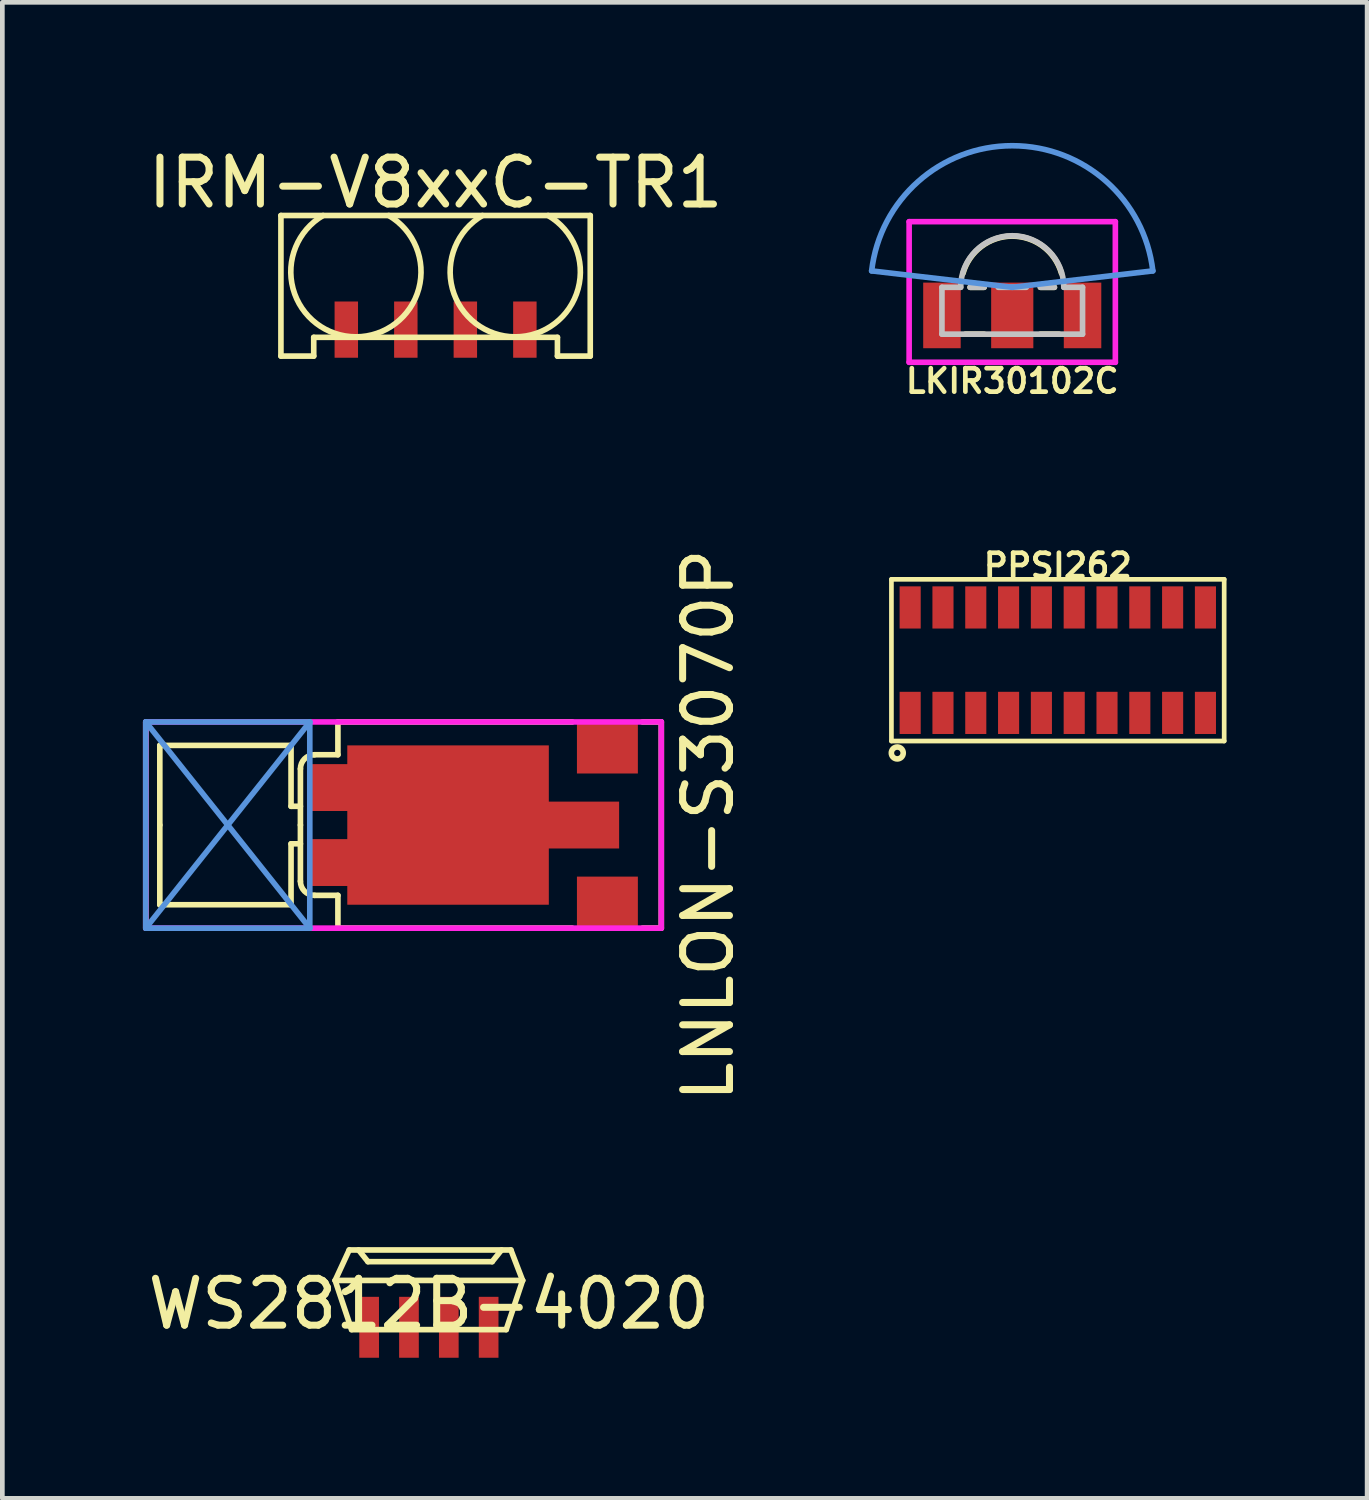
<source format=kicad_pcb>
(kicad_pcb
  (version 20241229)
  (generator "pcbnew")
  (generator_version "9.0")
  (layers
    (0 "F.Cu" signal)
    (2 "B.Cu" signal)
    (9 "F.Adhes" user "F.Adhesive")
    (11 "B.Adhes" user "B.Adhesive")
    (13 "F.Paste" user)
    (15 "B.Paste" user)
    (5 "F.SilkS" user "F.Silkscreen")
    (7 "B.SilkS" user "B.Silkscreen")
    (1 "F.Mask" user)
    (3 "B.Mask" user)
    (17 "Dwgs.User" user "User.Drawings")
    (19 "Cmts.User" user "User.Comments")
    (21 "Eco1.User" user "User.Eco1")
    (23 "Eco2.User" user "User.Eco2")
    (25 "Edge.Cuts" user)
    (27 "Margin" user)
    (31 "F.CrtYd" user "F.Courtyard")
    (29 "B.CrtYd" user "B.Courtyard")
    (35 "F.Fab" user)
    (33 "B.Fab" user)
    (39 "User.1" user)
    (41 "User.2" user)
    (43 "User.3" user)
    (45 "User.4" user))
  (footprint "PPSI262"
    (layer "F.Cu")
    (at 19.52 11.036)
    (property "Reference" "PPSI262" (at 0 -2.019 180) (layer "F.SilkS") (effects (font (size 0.5 0.5) (thickness 0.1))))
    (attr smd)
    (fp_line (start -3.55 -1.725) (end -3.55 1.725) (stroke (width 0.1) (type solid)) (layer "F.SilkS"))
    (fp_line (start -3.55 -1.725) (end 3.55 -1.725) (stroke (width 0.1) (type solid)) (layer "F.SilkS"))
    (fp_line (start -3.55 1.725) (end 3.55 1.725) (stroke (width 0.1) (type solid)) (layer "F.SilkS"))
    (fp_line (start 3.55 -1.725) (end 3.55 1.725) (stroke (width 0.1) (type solid)) (layer "F.SilkS"))
    (fp_circle (center -3.425 1.98) (end -3.298 1.98) (stroke (width 0.12) (type solid)) (fill no) (layer "F.SilkS"))
    (fp_line (start -0.762 0) (end 0.762 0) (stroke (width 0.12) (type solid)) (layer "Eco1.User"))
    (fp_line (start 0 0.762) (end 0 -0.762) (stroke (width 0.12) (type solid)) (layer "Eco1.User"))
    (pad "1" smd rect (at -3.15 1.125) (size 0.45 0.9) (layers "F.Cu" "F.Mask" "F.Paste"))
    (pad "2" smd rect (at -2.45 1.125) (size 0.45 0.9) (layers "F.Cu" "F.Mask" "F.Paste"))
    (pad "3" smd rect (at -1.75 1.125) (size 0.45 0.9) (layers "F.Cu" "F.Mask" "F.Paste"))
    (pad "4" smd rect (at -1.05 1.125) (size 0.45 0.9) (layers "F.Cu" "F.Mask" "F.Paste"))
    (pad "5" smd rect (at -0.35 1.125) (size 0.45 0.9) (layers "F.Cu" "F.Mask" "F.Paste"))
    (pad "6" smd rect (at 0.35 1.125) (size 0.45 0.9) (layers "F.Cu" "F.Mask" "F.Paste"))
    (pad "7" smd rect (at 1.05 1.125) (size 0.45 0.9) (layers "F.Cu" "F.Mask" "F.Paste"))
    (pad "8" smd rect (at 1.75 1.125) (size 0.45 0.9) (layers "F.Cu" "F.Mask" "F.Paste"))
    (pad "9" smd rect (at 2.45 1.125) (size 0.45 0.9) (layers "F.Cu" "F.Mask" "F.Paste"))
    (pad "10" smd rect (at 3.15 1.125) (size 0.45 0.9) (layers "F.Cu" "F.Mask" "F.Paste"))
    (pad "11" smd rect (at 3.15 -1.125 180) (size 0.45 0.9) (layers "F.Cu" "F.Mask" "F.Paste"))
    (pad "12" smd rect (at 2.45 -1.125 180) (size 0.45 0.9) (layers "F.Cu" "F.Mask" "F.Paste"))
    (pad "13" smd rect (at 1.75 -1.125 180) (size 0.45 0.9) (layers "F.Cu" "F.Mask" "F.Paste"))
    (pad "14" smd rect (at 1.05 -1.125 180) (size 0.45 0.9) (layers "F.Cu" "F.Mask" "F.Paste"))
    (pad "15" smd rect (at 0.35 -1.125 180) (size 0.45 0.9) (layers "F.Cu" "F.Mask" "F.Paste"))
    (pad "16" smd rect (at -0.35 -1.125 180) (size 0.45 0.9) (layers "F.Cu" "F.Mask" "F.Paste"))
    (pad "17" smd rect (at -1.05 -1.125 180) (size 0.45 0.9) (layers "F.Cu" "F.Mask" "F.Paste"))
    (pad "18" smd rect (at -1.75 -1.125 180) (size 0.45 0.9) (layers "F.Cu" "F.Mask" "F.Paste"))
    (pad "19" smd rect (at -2.45 -1.125 180) (size 0.45 0.9) (layers "F.Cu" "F.Mask" "F.Paste"))
    (pad "20" smd rect (at -3.15 -1.125 180) (size 0.45 0.9) (layers "F.Cu" "F.Mask" "F.Paste")))
  (footprint "LKIR30102C"
    (layer "F.Cu")
    (at 18.548 3.28)
    (property "Reference" "LKIR30102C" (at 0 1.8 180) (layer "F.SilkS") (effects (font (size 0.5 0.5) (thickness 0.1))))
    (attr through_hole)
    (fp_line (start -0.9 -0.2) (end -0.6 -0.2) (stroke (width 0.12) (type solid)) (layer "F.SilkS"))
    (fp_line (start -0.6 0.8) (end -1 0.8) (stroke (width 0.12) (type solid)) (layer "F.SilkS"))
    (fp_line (start 0.6 -0.2) (end 0.9 -0.2) (stroke (width 0.12) (type solid)) (layer "F.SilkS"))
    (fp_line (start 1 0.8) (end 0.6 0.8) (stroke (width 0.12) (type solid)) (layer "F.SilkS"))
    (fp_arc (start -1.05 -0.5) (mid 0 -1.292016) (end 1.05 -0.5) (stroke (width 0.12) (type solid)) (layer "F.SilkS"))
    (fp_line (start -1.5 -0.2) (end -1.1 -0.2) (stroke (width 0.12) (type solid)) (layer "Dwgs.User"))
    (fp_line (start -1.5 0.8) (end -1.5 -0.2) (stroke (width 0.12) (type solid)) (layer "Dwgs.User"))
    (fp_line (start -0.9 -0.2) (end -0.6 -0.2) (stroke (width 0.12) (type solid)) (layer "Dwgs.User"))
    (fp_line (start -0.3 -0.2) (end 0.3 -0.2) (stroke (width 0.12) (type solid)) (layer "Dwgs.User"))
    (fp_line (start 0.6 -0.2) (end 0.9 -0.2) (stroke (width 0.12) (type solid)) (layer "Dwgs.User"))
    (fp_line (start 1.5 -0.2) (end 1.1 -0.2) (stroke (width 0.12) (type solid)) (layer "Dwgs.User"))
    (fp_line (start 1.5 0.8) (end -1.5 0.8) (stroke (width 0.12) (type solid)) (layer "Dwgs.User"))
    (fp_line (start 1.5 0.8) (end 1.5 -0.2) (stroke (width 0.12) (type solid)) (layer "Dwgs.User"))
    (fp_arc (start -1.1 -0.2) (mid 0 -1.3) (end 1.1 -0.2) (stroke (width 0.12) (type solid)) (layer "Dwgs.User"))
    (fp_line (start 0 -0.2) (end -3 -0.55) (stroke (width 0.12) (type solid)) (layer "Cmts.User"))
    (fp_line (start 0 -0.2) (end 3 -0.55) (stroke (width 0.12) (type solid)) (layer "Cmts.User"))
    (fp_arc (start -2.999999 -0.550001) (mid 0.000001 -3.220347) (end 2.999999 -0.549999) (stroke (width 0.12) (type solid)) (layer "Cmts.User"))
    (fp_line (start -2.2 -1.6) (end -2.2 1.4) (stroke (width 0.12) (type solid)) (layer "F.CrtYd"))
    (fp_line (start -2.2 1.4) (end 2.2 1.4) (stroke (width 0.12) (type solid)) (layer "F.CrtYd"))
    (fp_line (start 2.2 -1.6) (end -2.2 -1.6) (stroke (width 0.12) (type solid)) (layer "F.CrtYd"))
    (fp_line (start 2.2 1.4) (end 2.2 -1.6) (stroke (width 0.12) (type solid)) (layer "F.CrtYd"))
    (pad "1" smd rect (at 1.5 0.4) (size 0.8 1.4) (layers "F.Cu" "F.Mask" "F.Paste"))
    (pad "2" smd rect (at -1.5 0.4) (size 0.8 1.4) (layers "F.Cu" "F.Mask" "F.Paste"))
    (pad "NC" smd rect (at 0 0.4) (size 0.9 1.4) (layers "F.Cu" "F.Mask" "F.Paste")))
  (footprint "LNLON-S3070P"
    (layer "F.Cu")
    (at 8.66 14.554)
    (property "Reference" "LNLON-S3070P" (at 3.4 0 90) (layer "F.SilkS") (effects (font (size 1 1) (thickness 0.15))))
    (attr through_hole)
    (fp_poly (pts (xy 0 -0.5) (xy 1.5 -0.5) (xy 1.5 0.5) (xy 0 0.5) (xy 0 1.7) (xy -4.3 1.7) (xy -4.3 1.3) (xy -5.1 1.3) (xy -5.1 0.3) (xy -4.3 0.3) (xy -4.3 -0.3) (xy -5.1 -0.3) (xy -5.1 -1.3) (xy -4.3 -1.3) (xy -4.3 -1.7) (xy 0 -1.7)) (stroke (width 0) (type solid)) (fill yes) (layer "F.Cu"))
    (fp_poly (pts (xy 0 -0.5) (xy 1.5 -0.5) (xy 1.5 0.5) (xy 0 0.5) (xy 0 1.7) (xy -4.3 1.7) (xy -4.3 1.3) (xy -5.1 1.3) (xy -5.1 0.3) (xy -4.3 0.3) (xy -4.3 -0.3) (xy -5.1 -0.3) (xy -5.1 -1.3) (xy -4.3 -1.3) (xy -4.3 -1.7) (xy 0 -1.7)) (stroke (width 0) (type solid)) (fill yes) (layer "F.Mask"))
    (fp_line (start -8.6 -2.2) (end -8.6 2.2) (stroke (width 0.12) (type solid)) (layer "F.SilkS"))
    (fp_line (start -8.3 -1.7) (end -8.3 0) (stroke (width 0.12) (type solid)) (layer "F.SilkS"))
    (fp_line (start -8.3 1.7) (end -8.3 0) (stroke (width 0.12) (type solid)) (layer "F.SilkS"))
    (fp_line (start -5.5 -1.7) (end -8.3 -1.7) (stroke (width 0.12) (type solid)) (layer "F.SilkS"))
    (fp_line (start -5.5 -1.7) (end -5.5 -0.4) (stroke (width 0.12) (type solid)) (layer "F.SilkS"))
    (fp_line (start -5.5 0.4) (end -5.3 0.4) (stroke (width 0.12) (type solid)) (layer "F.SilkS"))
    (fp_line (start -5.5 1.7) (end -8.3 1.7) (stroke (width 0.12) (type solid)) (layer "F.SilkS"))
    (fp_line (start -5.5 1.7) (end -5.5 0.4) (stroke (width 0.12) (type solid)) (layer "F.SilkS"))
    (fp_line (start -5.3 -1.2) (end -5.3 0) (stroke (width 0.12) (type solid)) (layer "F.SilkS"))
    (fp_line (start -5.3 -0.4) (end -5.5 -0.4) (stroke (width 0.12) (type solid)) (layer "F.SilkS"))
    (fp_line (start -5.3 1.2) (end -5.3 0) (stroke (width 0.12) (type solid)) (layer "F.SilkS"))
    (fp_line (start -5 -1.5) (end -4.5 -1.5) (stroke (width 0.12) (type solid)) (layer "F.SilkS"))
    (fp_line (start -5 1.5) (end -4.5 1.5) (stroke (width 0.12) (type solid)) (layer "F.SilkS"))
    (fp_line (start -4.5 -2.2) (end 0.5 -2.2) (stroke (width 0.12) (type solid)) (layer "F.SilkS"))
    (fp_line (start -4.5 -1.5) (end -4.5 -2.2) (stroke (width 0.12) (type solid)) (layer "F.SilkS"))
    (fp_line (start -4.5 1.5) (end -4.5 2.2) (stroke (width 0.12) (type solid)) (layer "F.SilkS"))
    (fp_line (start 0.5 2.2) (end -4.5 2.2) (stroke (width 0.12) (type solid)) (layer "F.SilkS"))
    (fp_line (start 2 -2.2) (end 2.4 -2.2) (stroke (width 0.12) (type solid)) (layer "F.SilkS"))
    (fp_line (start 2.4 2.2) (end 2 2.2) (stroke (width 0.12) (type solid)) (layer "F.SilkS"))
    (fp_line (start 2.4 2.2) (end 2.4 -2.2) (stroke (width 0.12) (type solid)) (layer "F.SilkS"))
    (fp_arc (start -5.3 -1.2) (mid -5.212132 -1.412132) (end -5 -1.5) (stroke (width 0.12) (type solid)) (layer "F.SilkS"))
    (fp_arc (start -5 1.5) (mid -5.212132 1.412132) (end -5.3 1.2) (stroke (width 0.12) (type solid)) (layer "F.SilkS"))
    (fp_poly (pts (xy 0 -0.5) (xy 1.5 -0.5) (xy 1.5 0.5) (xy 0 0.5) (xy 0 1.7) (xy -4.3 1.7) (xy -4.3 1.3) (xy -5.1 1.3) (xy -5.1 0.3) (xy -4.3 0.3) (xy -4.3 -0.3) (xy -5.1 -0.3) (xy -5.1 -1.3) (xy -4.3 -1.3) (xy -4.3 -1.7) (xy 0 -1.7)) (stroke (width 0) (type solid)) (fill yes) (layer "F.Paste"))
    (fp_line (start -8.6 -2.2) (end -5.1 -2.2) (stroke (width 0.12) (type solid)) (layer "Cmts.User"))
    (fp_line (start -8.6 -2.2) (end -5.1 2.2) (stroke (width 0.12) (type solid)) (layer "Cmts.User"))
    (fp_line (start -8.6 2.2) (end -8.6 -2.2) (stroke (width 0.12) (type solid)) (layer "Cmts.User"))
    (fp_line (start -5.1 -2.2) (end -8.6 2.2) (stroke (width 0.12) (type solid)) (layer "Cmts.User"))
    (fp_line (start -5.1 -2.2) (end -5.1 2.2) (stroke (width 0.12) (type solid)) (layer "Cmts.User"))
    (fp_line (start -5.1 2.2) (end -8.6 2.2) (stroke (width 0.12) (type solid)) (layer "Cmts.User"))
    (fp_line (start -8.6 -2.2) (end -8.6 2.2) (stroke (width 0.12) (type solid)) (layer "F.CrtYd"))
    (fp_line (start -8.6 -2.2) (end 2.4 -2.2) (stroke (width 0.12) (type solid)) (layer "F.CrtYd"))
    (fp_line (start 2.4 2.2) (end -8.6 2.2) (stroke (width 0.12) (type solid)) (layer "F.CrtYd"))
    (fp_line (start 2.4 2.2) (end 2.4 -2.2) (stroke (width 0.12) (type solid)) (layer "F.CrtYd"))
    (pad "1" smd rect (at 1.25 -1.65) (size 1.3 1.1) (layers "F.Cu" "F.Mask" "F.Paste"))
    (pad "2" smd rect (at 1.25 1.65) (size 1.3 1.1) (layers "F.Cu" "F.Mask" "F.Paste")))
  (footprint "WS2812B-4020"
    (layer "F.Cu")
    (at 6.101 24.27)
    (property "Reference" "WS2812B-4020" (at 0 0.5 0) (layer "F.SilkS") (effects (font (size 1 1) (thickness 0.15))))
    (attr through_hole)
    (fp_line (start -2 0) (end -1.7 -0.65) (stroke (width 0.12) (type solid)) (layer "F.SilkS"))
    (fp_line (start -2 0) (end -1.65 1.05) (stroke (width 0.12) (type solid)) (layer "F.SilkS"))
    (fp_line (start -2 0) (end 2 0) (stroke (width 0.12) (type solid)) (layer "F.SilkS"))
    (fp_line (start -1.7 -0.65) (end 1.75 -0.65) (stroke (width 0.12) (type solid)) (layer "F.SilkS"))
    (fp_line (start -1.65 1.05) (end 1.65 1.05) (stroke (width 0.12) (type solid)) (layer "F.SilkS"))
    (fp_line (start -1.5 -0.65) (end -1.3 -0.4) (stroke (width 0.12) (type solid)) (layer "F.SilkS"))
    (fp_line (start -1.3 -0.4) (end 1.35 -0.4) (stroke (width 0.12) (type solid)) (layer "F.SilkS"))
    (fp_line (start 1.35 -0.4) (end 1.55 -0.65) (stroke (width 0.12) (type solid)) (layer "F.SilkS"))
    (fp_line (start 2 0) (end 1.65 1.05) (stroke (width 0.12) (type solid)) (layer "F.SilkS"))
    (fp_line (start 2 0) (end 1.75 -0.65) (stroke (width 0.12) (type solid)) (layer "F.SilkS"))
    (pad "1" smd rect (at 1.275 1) (size 0.42 1.3) (layers "F.Cu" "F.Mask" "F.Paste"))
    (pad "2" smd rect (at 0.425 1) (size 0.42 1.3) (layers "F.Cu" "F.Mask" "F.Paste"))
    (pad "3" smd rect (at -0.425 1) (size 0.42 1.3) (layers "F.Cu" "F.Mask" "F.Paste"))
    (pad "4" smd rect (at -1.275 1) (size 0.42 1.3) (layers "F.Cu" "F.Mask" "F.Paste")))
  (footprint "IRM-V8xxC-TR1"
    (layer "F.Cu")
    (at 6.244 3.048)
    (property "Reference" "IRM-V8xxC-TR1" (at 0 -2.2 0) (layer "F.SilkS") (effects (font (size 1 1) (thickness 0.15))))
    (attr through_hole)
    (fp_line (start -3.3 -1.5) (end -3.3 1.5) (stroke (width 0.12) (type solid)) (layer "F.SilkS"))
    (fp_line (start -3.3 -1.5) (end 3.3 -1.5) (stroke (width 0.12) (type solid)) (layer "F.SilkS"))
    (fp_line (start -3.3 1.5) (end -2.6 1.5) (stroke (width 0.12) (type solid)) (layer "F.SilkS"))
    (fp_line (start -2.6 1.5) (end -2.6 1.1) (stroke (width 0.12) (type solid)) (layer "F.SilkS"))
    (fp_line (start 2.6 1.1) (end -2.6 1.1) (stroke (width 0.12) (type solid)) (layer "F.SilkS"))
    (fp_line (start 2.6 1.5) (end 2.6 1.1) (stroke (width 0.12) (type solid)) (layer "F.SilkS"))
    (fp_line (start 2.6 1.5) (end 3.3 1.5) (stroke (width 0.12) (type solid)) (layer "F.SilkS"))
    (fp_line (start 3.3 -1.5) (end 3.3 1.5) (stroke (width 0.12) (type solid)) (layer "F.SilkS"))
    (fp_arc (start -1 -1.5) (mid -1.7 1.089244) (end -2.4 -1.5) (stroke (width 0.12) (type solid)) (layer "F.SilkS"))
    (fp_arc (start 2.4 -1.5) (mid 1.7 1.089244) (end 1 -1.5) (stroke (width 0.12) (type solid)) (layer "F.SilkS"))
    (pad "1" smd rect (at -1.905 0.935) (size 0.5 1.2) (layers "F.Cu" "F.Mask" "F.Paste"))
    (pad "2" smd rect (at -0.635 0.935) (size 0.5 1.2) (layers "F.Cu" "F.Mask" "F.Paste"))
    (pad "3" smd rect (at 0.635 0.935) (size 0.5 1.2) (layers "F.Cu" "F.Mask" "F.Paste"))
    (pad "4" smd rect (at 1.905 0.935) (size 0.5 1.2) (layers "F.Cu" "F.Mask" "F.Paste")))
  (gr_rect
    (start -3 -3)
    (end 26.12 28.92)
    (stroke (width 0.1) (type default))
    (fill no)
    (layer "Edge.Cuts")))
</source>
